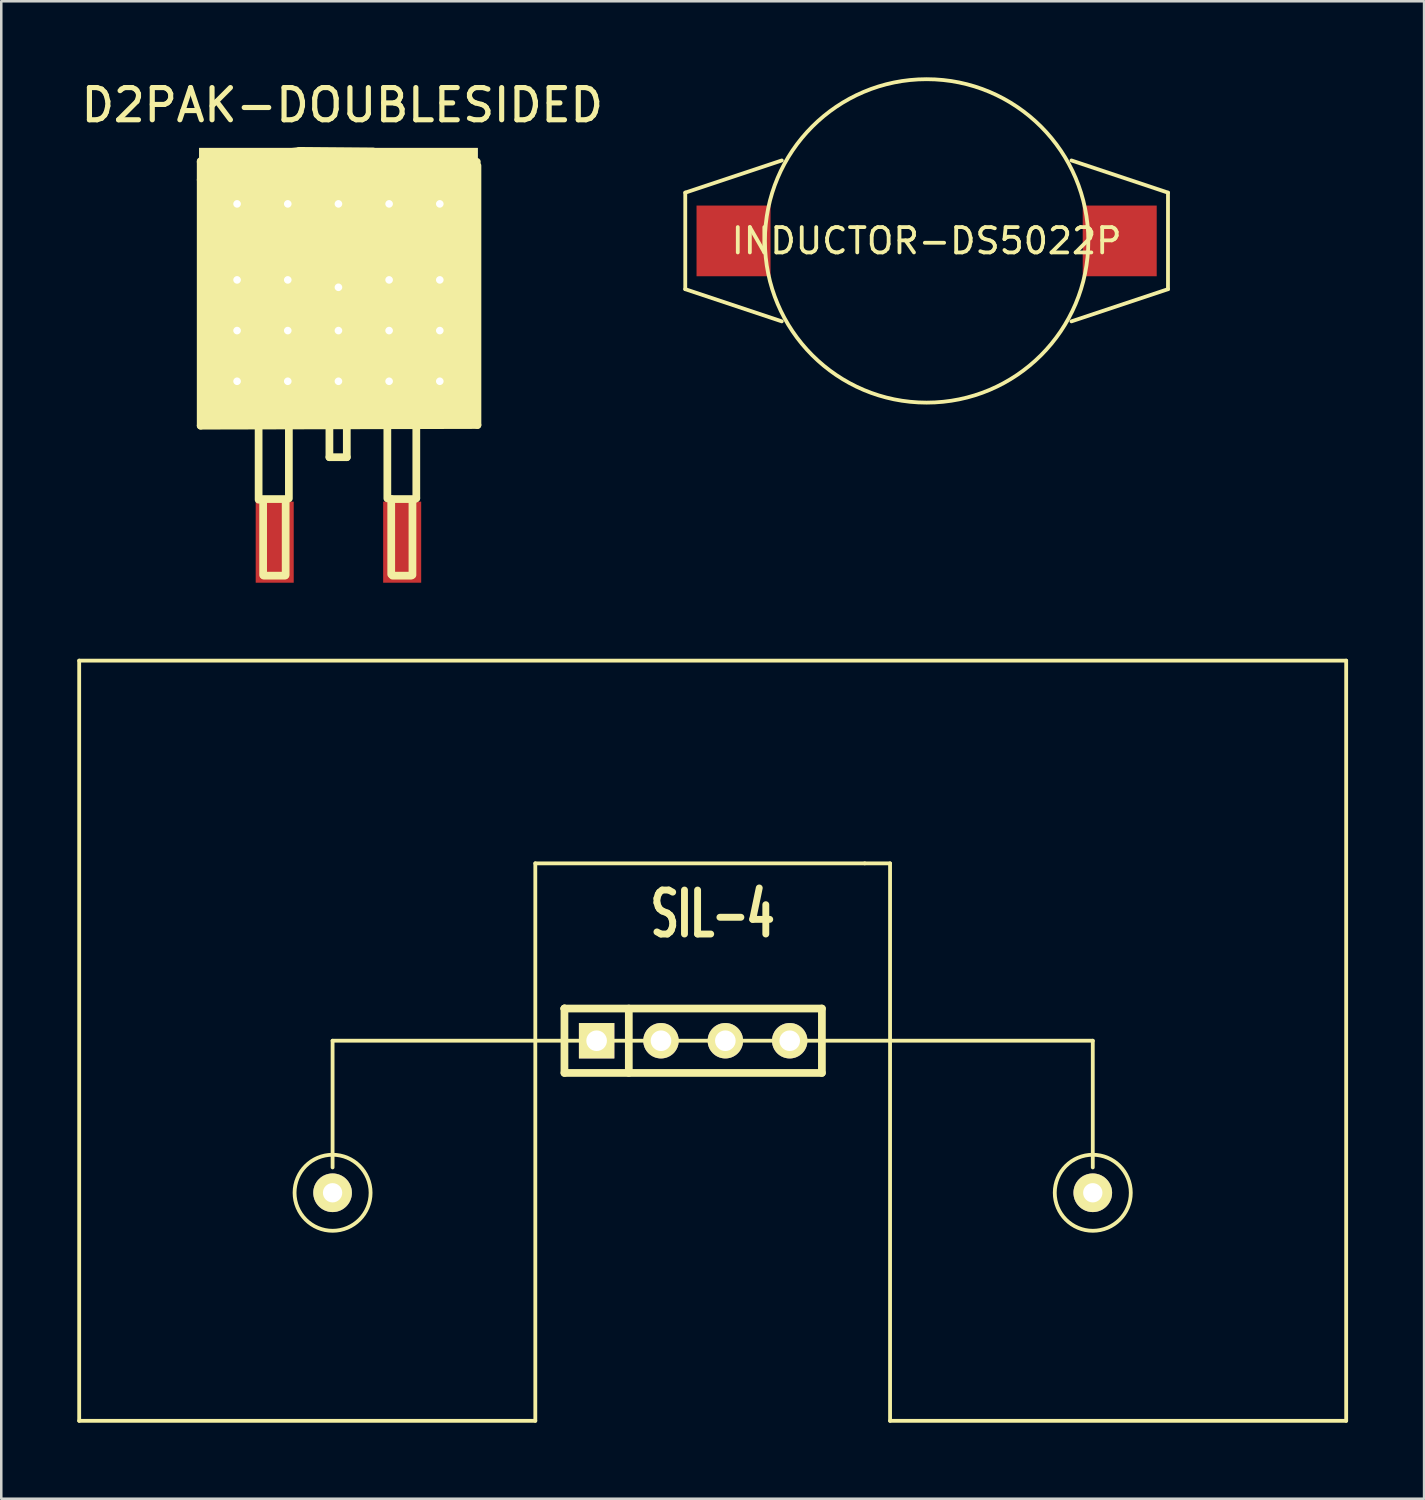
<source format=kicad_pcb>
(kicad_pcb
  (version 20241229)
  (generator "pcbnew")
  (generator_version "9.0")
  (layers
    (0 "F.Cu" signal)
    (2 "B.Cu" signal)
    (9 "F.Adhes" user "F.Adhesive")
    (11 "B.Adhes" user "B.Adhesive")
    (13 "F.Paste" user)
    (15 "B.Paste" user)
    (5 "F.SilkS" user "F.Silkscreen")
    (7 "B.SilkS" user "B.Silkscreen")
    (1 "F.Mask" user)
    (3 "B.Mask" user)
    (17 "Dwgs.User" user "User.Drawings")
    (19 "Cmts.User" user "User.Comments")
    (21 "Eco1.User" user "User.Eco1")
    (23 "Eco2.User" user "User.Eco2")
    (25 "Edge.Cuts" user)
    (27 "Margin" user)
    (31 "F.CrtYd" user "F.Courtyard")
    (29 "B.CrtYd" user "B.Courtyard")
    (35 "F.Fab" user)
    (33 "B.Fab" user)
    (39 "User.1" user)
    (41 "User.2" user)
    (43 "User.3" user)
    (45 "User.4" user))
  (footprint "D2PAK-DOUBLESIDED"
    (layer "F.Cu")
    (at 10.306 11.996)
    (property "Reference" "D2PAK-DOUBLESIDED" (at 0.152 -10.897 0) (layer "F.SilkS") (effects (font (size 1.27 1.27) (thickness 0.203))))
    (attr through_hole)
    (fp_line (start -5.436 -8.661) (end -1.473 -9.093) (stroke (width 0.305) (type solid)) (layer "F.SilkS"))
    (fp_line (start -5.436 -7.95) (end 5.436 -7.976) (stroke (width 0.305) (type solid)) (layer "F.SilkS"))
    (fp_line (start -5.436 1.753) (end -5.436 -8.687) (stroke (width 0.305) (type solid)) (layer "F.SilkS"))
    (fp_line (start -3.15 4.674) (end -3.15 1.829) (stroke (width 0.305) (type solid)) (layer "F.SilkS"))
    (fp_line (start -3.073 4.648) (end -2.032 4.648) (stroke (width 0.305) (type solid)) (layer "F.SilkS"))
    (fp_line (start -2.972 4.699) (end -2.972 7.645) (stroke (width 0.305) (type solid)) (layer "F.SilkS"))
    (fp_line (start -2.946 7.671) (end -2.108 7.671) (stroke (width 0.305) (type solid)) (layer "F.SilkS"))
    (fp_line (start -2.083 4.724) (end -2.083 7.645) (stroke (width 0.305) (type solid)) (layer "F.SilkS"))
    (fp_line (start -1.956 1.778) (end -1.981 1.778) (stroke (width 0.305) (type solid)) (layer "F.SilkS"))
    (fp_line (start -1.956 4.623) (end -1.956 1.778) (stroke (width 0.305) (type solid)) (layer "F.SilkS"))
    (fp_line (start -1.549 -9.093) (end 1.372 -9.068) (stroke (width 0.305) (type solid)) (layer "F.SilkS"))
    (fp_line (start -0.356 1.803) (end -0.356 2.997) (stroke (width 0.305) (type solid)) (layer "F.SilkS"))
    (fp_line (start -0.356 2.997) (end 0.33 2.997) (stroke (width 0.305) (type solid)) (layer "F.SilkS"))
    (fp_line (start 0.33 2.997) (end 0.33 1.88) (stroke (width 0.305) (type solid)) (layer "F.SilkS"))
    (fp_line (start 1.397 -9.042) (end 5.461 -8.661) (stroke (width 0.305) (type solid)) (layer "F.SilkS"))
    (fp_line (start 1.93 1.829) (end 1.93 4.623) (stroke (width 0.305) (type solid)) (layer "F.SilkS"))
    (fp_line (start 2.057 4.648) (end 2.921 4.648) (stroke (width 0.305) (type solid)) (layer "F.SilkS"))
    (fp_line (start 2.083 4.648) (end 2.083 7.62) (stroke (width 0.305) (type solid)) (layer "F.SilkS"))
    (fp_line (start 2.134 7.671) (end 2.87 7.671) (stroke (width 0.305) (type solid)) (layer "F.SilkS"))
    (fp_line (start 2.921 4.699) (end 2.921 7.645) (stroke (width 0.305) (type solid)) (layer "F.SilkS"))
    (fp_line (start 3.023 4.648) (end 3.073 4.623) (stroke (width 0.305) (type solid)) (layer "F.SilkS"))
    (fp_line (start 3.073 1.854) (end 3.073 4.597) (stroke (width 0.305) (type solid)) (layer "F.SilkS"))
    (fp_line (start 5.486 -8.509) (end 5.486 1.727) (stroke (width 0.305) (type solid)) (layer "F.SilkS"))
    (fp_line (start 5.486 1.727) (end -5.436 1.753) (stroke (width 0.305) (type solid)) (layer "F.SilkS"))
    (pad "1" smd rect (at -2.515 6.35) (size 1.501 3.2) (layers "F.Cu" "F.Mask" "F.Paste"))
    (pad "2" thru_hole circle (at -4 -7) (size 0.5 0.5) (drill 0.3) (layers "*.Cu" "F.Mask" "F.SilkS"))
    (pad "2" thru_hole circle (at -4 -4) (size 0.5 0.5) (drill 0.3) (layers "*.Cu" "F.Mask" "F.SilkS"))
    (pad "2" thru_hole circle (at -4 -2) (size 0.5 0.5) (drill 0.3) (layers "*.Cu" "F.Mask" "F.SilkS"))
    (pad "2" thru_hole circle (at -4 0) (size 0.5 0.5) (drill 0.3) (layers "*.Cu" "F.Mask" "F.SilkS"))
    (pad "2" thru_hole circle (at -2 -7) (size 0.5 0.5) (drill 0.3) (layers "*.Cu" "F.Mask" "F.SilkS"))
    (pad "2" thru_hole circle (at -2 -4) (size 0.5 0.5) (drill 0.3) (layers "*.Cu" "F.Mask" "F.SilkS"))
    (pad "2" thru_hole circle (at -2 -2) (size 0.5 0.5) (drill 0.3) (layers "*.Cu" "F.Mask" "F.SilkS"))
    (pad "2" thru_hole circle (at -2 0) (size 0.5 0.5) (drill 0.3) (layers "*.Cu" "F.Mask" "F.SilkS"))
    (pad "2" thru_hole circle (at 0 -7) (size 0.5 0.5) (drill 0.3) (layers "*.Cu" "F.Mask" "F.SilkS"))
    (pad "2" thru_hole rect (at 0 -3.708) (size 11.001 11.001) (drill 0.3) (layers "*.Cu" "F.Mask" "F.SilkS"))
    (pad "2" thru_hole circle (at 0 -2) (size 0.5 0.5) (drill 0.3) (layers "*.Cu" "F.Mask" "F.SilkS"))
    (pad "2" thru_hole circle (at 0 0) (size 0.5 0.5) (drill 0.3) (layers "*.Cu" "F.Mask" "F.SilkS"))
    (pad "2" thru_hole circle (at 2 -7) (size 0.5 0.5) (drill 0.3) (layers "*.Cu" "F.Mask" "F.SilkS"))
    (pad "2" thru_hole circle (at 2 -4) (size 0.5 0.5) (drill 0.3) (layers "*.Cu" "F.Mask" "F.SilkS"))
    (pad "2" thru_hole circle (at 2 -2) (size 0.5 0.5) (drill 0.3) (layers "*.Cu" "F.Mask" "F.SilkS"))
    (pad "2" thru_hole circle (at 2 0) (size 0.5 0.5) (drill 0.3) (layers "*.Cu" "F.Mask" "F.SilkS"))
    (pad "2" thru_hole circle (at 4 -7) (size 0.5 0.5) (drill 0.3) (layers "*.Cu" "F.Mask" "F.SilkS"))
    (pad "2" thru_hole circle (at 4 -4) (size 0.5 0.5) (drill 0.3) (layers "*.Cu" "F.Mask" "F.SilkS"))
    (pad "2" thru_hole circle (at 4 -2) (size 0.5 0.5) (drill 0.3) (layers "*.Cu" "F.Mask" "F.SilkS"))
    (pad "2" thru_hole circle (at 4 0) (size 0.5 0.5) (drill 0.3) (layers "*.Cu" "F.Mask" "F.SilkS"))
    (pad "3" smd rect (at 2.515 6.35) (size 1.501 3.2) (layers "F.Cu" "F.Mask" "F.Paste")))
  (footprint "INDUCTOR-DS5022P"
    (layer "F.Cu")
    (at 33.518 6.457)
    (property "Reference" "INDUCTOR-DS5022P" (at 0 0 0) (layer "F.SilkS") (effects (font (size 1 1) (thickness 0.15))))
    (attr through_hole)
    (fp_line (start -9.525 -1.905) (end -9.525 1.905) (stroke (width 0.15) (type solid)) (layer "F.SilkS"))
    (fp_line (start -9.525 -1.905) (end -5.715 -3.175) (stroke (width 0.15) (type solid)) (layer "F.SilkS"))
    (fp_line (start -9.525 1.905) (end -5.715 3.175) (stroke (width 0.15) (type solid)) (layer "F.SilkS"))
    (fp_line (start 5.715 -3.175) (end 9.525 -1.905) (stroke (width 0.15) (type solid)) (layer "F.SilkS"))
    (fp_line (start 9.525 -1.905) (end 9.525 1.905) (stroke (width 0.15) (type solid)) (layer "F.SilkS"))
    (fp_line (start 9.525 1.905) (end 5.715 3.175) (stroke (width 0.15) (type solid)) (layer "F.SilkS"))
    (fp_circle (center 0 0) (end 6.35 -0.635) (stroke (width 0.15) (type solid)) (fill no) (layer "F.SilkS"))
    (pad "1" smd rect (at -7.62 0) (size 2.92 2.79) (layers "F.Cu" "F.Mask" "F.Paste"))
    (pad "2" smd rect (at 7.62 0) (size 2.92 2.79) (layers "F.Cu" "F.Mask" "F.Paste")))
  (footprint "SIL-4"
    (layer "F.Cu")
    (at 25.075 38.021)
    (property "Reference" "SIL-4" (at 0 -5 0) (layer "F.SilkS") (effects (font (size 1.735 1.087) (thickness 0.272))))
    (attr through_hole)
    (fp_line (start -25 -15) (end 25 -15) (stroke (width 0.15) (type solid)) (layer "F.SilkS"))
    (fp_line (start -25 15) (end -25 -15) (stroke (width 0.15) (type solid)) (layer "F.SilkS"))
    (fp_line (start -25 15) (end -7 15) (stroke (width 0.15) (type solid)) (layer "F.SilkS"))
    (fp_line (start -15 0) (end -15 5) (stroke (width 0.15) (type solid)) (layer "F.SilkS"))
    (fp_line (start -7 -7) (end 6 -7) (stroke (width 0.15) (type solid)) (layer "F.SilkS"))
    (fp_line (start -7 15) (end -7 -7) (stroke (width 0.15) (type solid)) (layer "F.SilkS"))
    (fp_line (start -5.85 -1.27) (end -5.85 -1.27) (stroke (width 0.305) (type solid)) (layer "F.SilkS"))
    (fp_line (start -5.85 -1.27) (end -5.85 -1.27) (stroke (width 0.305) (type solid)) (layer "F.SilkS"))
    (fp_line (start -5.85 -1.27) (end 4.31 -1.27) (stroke (width 0.305) (type solid)) (layer "F.SilkS"))
    (fp_line (start -5.85 1.27) (end -5.85 -1.27) (stroke (width 0.305) (type solid)) (layer "F.SilkS"))
    (fp_line (start -3.31 1.27) (end -3.31 -1.27) (stroke (width 0.305) (type solid)) (layer "F.SilkS"))
    (fp_line (start 0 0) (end -15 0) (stroke (width 0.15) (type solid)) (layer "F.SilkS"))
    (fp_line (start 0 0) (end 15 0) (stroke (width 0.15) (type solid)) (layer "F.SilkS"))
    (fp_line (start 4.31 -1.27) (end 4.31 1.27) (stroke (width 0.305) (type solid)) (layer "F.SilkS"))
    (fp_line (start 4.31 1.27) (end -5.85 1.27) (stroke (width 0.305) (type solid)) (layer "F.SilkS"))
    (fp_line (start 6 -7) (end 7 -7) (stroke (width 0.15) (type solid)) (layer "F.SilkS"))
    (fp_line (start 7 -7) (end 7 15) (stroke (width 0.15) (type solid)) (layer "F.SilkS"))
    (fp_line (start 7 15) (end 25 15) (stroke (width 0.15) (type solid)) (layer "F.SilkS"))
    (fp_line (start 15 0) (end 15 5) (stroke (width 0.15) (type solid)) (layer "F.SilkS"))
    (fp_line (start 25 -15) (end 25 15) (stroke (width 0.15) (type solid)) (layer "F.SilkS"))
    (fp_circle (center -15 6) (end -15 4.5) (stroke (width 0.15) (type solid)) (fill no) (layer "F.SilkS"))
    (fp_circle (center 15 6) (end 15 4.5) (stroke (width 0.15) (type solid)) (fill no) (layer "F.SilkS"))
    (pad "" np_thru_hole circle (at -15 6) (size 1.524 1.524) (drill 0.762) (layers "*.Cu" "*.Mask" "F.SilkS"))
    (pad "" np_thru_hole circle (at 15 6) (size 1.524 1.524) (drill 0.762) (layers "*.Cu" "*.Mask" "F.SilkS"))
    (pad "1" thru_hole rect (at -4.58 0) (size 1.397 1.397) (drill 0.813) (layers "*.Cu" "*.Mask" "F.SilkS"))
    (pad "2" thru_hole circle (at -2.04 0) (size 1.397 1.397) (drill 0.813) (layers "*.Cu" "*.Mask" "F.SilkS"))
    (pad "3" thru_hole circle (at 0.5 0) (size 1.397 1.397) (drill 0.813) (layers "*.Cu" "*.Mask" "F.SilkS"))
    (pad "4" thru_hole circle (at 3.04 0) (size 1.397 1.397) (drill 0.813) (layers "*.Cu" "*.Mask" "F.SilkS")))
  (gr_rect
    (start -3 -3)
    (end 53.15 56.096)
    (stroke (width 0.1) (type default))
    (fill no)
    (layer "Edge.Cuts")))
</source>
